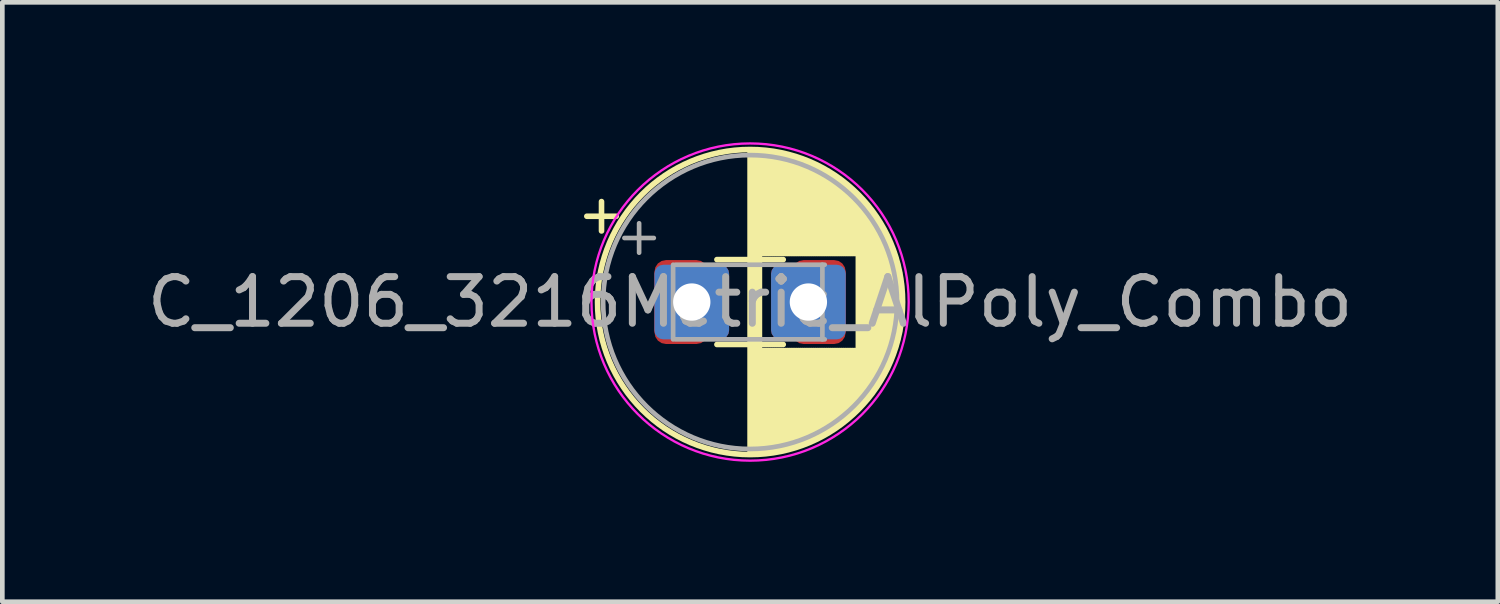
<source format=kicad_pcb>
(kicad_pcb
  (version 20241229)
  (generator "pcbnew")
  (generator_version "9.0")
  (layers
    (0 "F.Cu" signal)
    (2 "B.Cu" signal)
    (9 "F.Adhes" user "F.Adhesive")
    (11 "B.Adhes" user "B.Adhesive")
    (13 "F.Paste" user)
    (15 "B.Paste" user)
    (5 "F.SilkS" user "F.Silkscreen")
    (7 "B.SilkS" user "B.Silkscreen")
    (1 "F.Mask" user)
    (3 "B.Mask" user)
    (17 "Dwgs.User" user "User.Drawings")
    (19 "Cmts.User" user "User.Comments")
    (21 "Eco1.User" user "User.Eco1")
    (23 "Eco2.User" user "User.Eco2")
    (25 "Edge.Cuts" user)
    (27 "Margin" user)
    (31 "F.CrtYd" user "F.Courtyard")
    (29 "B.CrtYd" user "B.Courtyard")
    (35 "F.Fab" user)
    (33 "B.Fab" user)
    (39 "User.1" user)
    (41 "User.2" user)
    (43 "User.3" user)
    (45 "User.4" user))
  (footprint "C_1206_3216Metric_AlPoly_Combo"
    (layer "F.Cu")
    (at 13.03 3.425)
    (property "Reference" "C_1206_3216Metric_AlPoly_Combo" (at 0 0 0) (layer "F.Fab") (effects (font (size 1 1) (thickness 0.15))))
    (attr smd)
    (fp_line (start -3.5 -1.839) (end -2.87 -1.839) (stroke (width 0.12) (type solid)) (layer "F.SilkS"))
    (fp_line (start -3.185 -2.154) (end -3.185 -1.524) (stroke (width 0.12) (type solid)) (layer "F.SilkS"))
    (fp_line (start -0.711 -0.91) (end 0.711 -0.91) (stroke (width 0.12) (type solid)) (layer "F.SilkS"))
    (fp_line (start -0.711 0.91) (end 0.711 0.91) (stroke (width 0.12) (type solid)) (layer "F.SilkS"))
    (fp_line (start 0 -3.23) (end 0 3.23) (stroke (width 0.12) (type solid)) (layer "F.SilkS"))
    (fp_line (start 0.04 -3.23) (end 0.04 3.23) (stroke (width 0.12) (type solid)) (layer "F.SilkS"))
    (fp_line (start 0.08 -3.23) (end 0.08 3.23) (stroke (width 0.12) (type solid)) (layer "F.SilkS"))
    (fp_line (start 0.12 -3.228) (end 0.12 3.228) (stroke (width 0.12) (type solid)) (layer "F.SilkS"))
    (fp_line (start 0.16 -3.227) (end 0.16 3.227) (stroke (width 0.12) (type solid)) (layer "F.SilkS"))
    (fp_line (start 0.2 -3.224) (end 0.2 3.224) (stroke (width 0.12) (type solid)) (layer "F.SilkS"))
    (fp_line (start 0.24 -3.222) (end 0.24 -1.04) (stroke (width 0.12) (type solid)) (layer "F.SilkS"))
    (fp_line (start 0.24 1.04) (end 0.24 3.222) (stroke (width 0.12) (type solid)) (layer "F.SilkS"))
    (fp_line (start 0.28 -3.218) (end 0.28 -1.04) (stroke (width 0.12) (type solid)) (layer "F.SilkS"))
    (fp_line (start 0.28 1.04) (end 0.28 3.218) (stroke (width 0.12) (type solid)) (layer "F.SilkS"))
    (fp_line (start 0.32 -3.215) (end 0.32 -1.04) (stroke (width 0.12) (type solid)) (layer "F.SilkS"))
    (fp_line (start 0.32 1.04) (end 0.32 3.215) (stroke (width 0.12) (type solid)) (layer "F.SilkS"))
    (fp_line (start 0.36 -3.211) (end 0.36 -1.04) (stroke (width 0.12) (type solid)) (layer "F.SilkS"))
    (fp_line (start 0.36 1.04) (end 0.36 3.211) (stroke (width 0.12) (type solid)) (layer "F.SilkS"))
    (fp_line (start 0.4 -3.206) (end 0.4 -1.04) (stroke (width 0.12) (type solid)) (layer "F.SilkS"))
    (fp_line (start 0.4 1.04) (end 0.4 3.206) (stroke (width 0.12) (type solid)) (layer "F.SilkS"))
    (fp_line (start 0.44 -3.201) (end 0.44 -1.04) (stroke (width 0.12) (type solid)) (layer "F.SilkS"))
    (fp_line (start 0.44 1.04) (end 0.44 3.201) (stroke (width 0.12) (type solid)) (layer "F.SilkS"))
    (fp_line (start 0.48 -3.195) (end 0.48 -1.04) (stroke (width 0.12) (type solid)) (layer "F.SilkS"))
    (fp_line (start 0.48 1.04) (end 0.48 3.195) (stroke (width 0.12) (type solid)) (layer "F.SilkS"))
    (fp_line (start 0.52 -3.189) (end 0.52 -1.04) (stroke (width 0.12) (type solid)) (layer "F.SilkS"))
    (fp_line (start 0.52 1.04) (end 0.52 3.189) (stroke (width 0.12) (type solid)) (layer "F.SilkS"))
    (fp_line (start 0.56 -3.182) (end 0.56 -1.04) (stroke (width 0.12) (type solid)) (layer "F.SilkS"))
    (fp_line (start 0.56 1.04) (end 0.56 3.182) (stroke (width 0.12) (type solid)) (layer "F.SilkS"))
    (fp_line (start 0.6 -3.175) (end 0.6 -1.04) (stroke (width 0.12) (type solid)) (layer "F.SilkS"))
    (fp_line (start 0.6 1.04) (end 0.6 3.175) (stroke (width 0.12) (type solid)) (layer "F.SilkS"))
    (fp_line (start 0.64 -3.167) (end 0.64 -1.04) (stroke (width 0.12) (type solid)) (layer "F.SilkS"))
    (fp_line (start 0.64 1.04) (end 0.64 3.167) (stroke (width 0.12) (type solid)) (layer "F.SilkS"))
    (fp_line (start 0.68 -3.159) (end 0.68 -1.04) (stroke (width 0.12) (type solid)) (layer "F.SilkS"))
    (fp_line (start 0.68 1.04) (end 0.68 3.159) (stroke (width 0.12) (type solid)) (layer "F.SilkS"))
    (fp_line (start 0.721 -3.15) (end 0.721 -1.04) (stroke (width 0.12) (type solid)) (layer "F.SilkS"))
    (fp_line (start 0.721 1.04) (end 0.721 3.15) (stroke (width 0.12) (type solid)) (layer "F.SilkS"))
    (fp_line (start 0.761 -3.141) (end 0.761 -1.04) (stroke (width 0.12) (type solid)) (layer "F.SilkS"))
    (fp_line (start 0.761 1.04) (end 0.761 3.141) (stroke (width 0.12) (type solid)) (layer "F.SilkS"))
    (fp_line (start 0.801 -3.131) (end 0.801 -1.04) (stroke (width 0.12) (type solid)) (layer "F.SilkS"))
    (fp_line (start 0.801 1.04) (end 0.801 3.131) (stroke (width 0.12) (type solid)) (layer "F.SilkS"))
    (fp_line (start 0.841 -3.121) (end 0.841 -1.04) (stroke (width 0.12) (type solid)) (layer "F.SilkS"))
    (fp_line (start 0.841 1.04) (end 0.841 3.121) (stroke (width 0.12) (type solid)) (layer "F.SilkS"))
    (fp_line (start 0.881 -3.11) (end 0.881 -1.04) (stroke (width 0.12) (type solid)) (layer "F.SilkS"))
    (fp_line (start 0.881 1.04) (end 0.881 3.11) (stroke (width 0.12) (type solid)) (layer "F.SilkS"))
    (fp_line (start 0.921 -3.098) (end 0.921 -1.04) (stroke (width 0.12) (type solid)) (layer "F.SilkS"))
    (fp_line (start 0.921 1.04) (end 0.921 3.098) (stroke (width 0.12) (type solid)) (layer "F.SilkS"))
    (fp_line (start 0.961 -3.086) (end 0.961 -1.04) (stroke (width 0.12) (type solid)) (layer "F.SilkS"))
    (fp_line (start 0.961 1.04) (end 0.961 3.086) (stroke (width 0.12) (type solid)) (layer "F.SilkS"))
    (fp_line (start 1.001 -3.074) (end 1.001 -1.04) (stroke (width 0.12) (type solid)) (layer "F.SilkS"))
    (fp_line (start 1.001 1.04) (end 1.001 3.074) (stroke (width 0.12) (type solid)) (layer "F.SilkS"))
    (fp_line (start 1.041 -3.061) (end 1.041 -1.04) (stroke (width 0.12) (type solid)) (layer "F.SilkS"))
    (fp_line (start 1.041 1.04) (end 1.041 3.061) (stroke (width 0.12) (type solid)) (layer "F.SilkS"))
    (fp_line (start 1.081 -3.047) (end 1.081 -1.04) (stroke (width 0.12) (type solid)) (layer "F.SilkS"))
    (fp_line (start 1.081 1.04) (end 1.081 3.047) (stroke (width 0.12) (type solid)) (layer "F.SilkS"))
    (fp_line (start 1.121 -3.033) (end 1.121 -1.04) (stroke (width 0.12) (type solid)) (layer "F.SilkS"))
    (fp_line (start 1.121 1.04) (end 1.121 3.033) (stroke (width 0.12) (type solid)) (layer "F.SilkS"))
    (fp_line (start 1.161 -3.018) (end 1.161 -1.04) (stroke (width 0.12) (type solid)) (layer "F.SilkS"))
    (fp_line (start 1.161 1.04) (end 1.161 3.018) (stroke (width 0.12) (type solid)) (layer "F.SilkS"))
    (fp_line (start 1.201 -3.002) (end 1.201 -1.04) (stroke (width 0.12) (type solid)) (layer "F.SilkS"))
    (fp_line (start 1.201 1.04) (end 1.201 3.002) (stroke (width 0.12) (type solid)) (layer "F.SilkS"))
    (fp_line (start 1.241 -2.986) (end 1.241 -1.04) (stroke (width 0.12) (type solid)) (layer "F.SilkS"))
    (fp_line (start 1.241 1.04) (end 1.241 2.986) (stroke (width 0.12) (type solid)) (layer "F.SilkS"))
    (fp_line (start 1.281 -2.97) (end 1.281 -1.04) (stroke (width 0.12) (type solid)) (layer "F.SilkS"))
    (fp_line (start 1.281 1.04) (end 1.281 2.97) (stroke (width 0.12) (type solid)) (layer "F.SilkS"))
    (fp_line (start 1.321 -2.952) (end 1.321 -1.04) (stroke (width 0.12) (type solid)) (layer "F.SilkS"))
    (fp_line (start 1.321 1.04) (end 1.321 2.952) (stroke (width 0.12) (type solid)) (layer "F.SilkS"))
    (fp_line (start 1.361 -2.934) (end 1.361 -1.04) (stroke (width 0.12) (type solid)) (layer "F.SilkS"))
    (fp_line (start 1.361 1.04) (end 1.361 2.934) (stroke (width 0.12) (type solid)) (layer "F.SilkS"))
    (fp_line (start 1.401 -2.916) (end 1.401 -1.04) (stroke (width 0.12) (type solid)) (layer "F.SilkS"))
    (fp_line (start 1.401 1.04) (end 1.401 2.916) (stroke (width 0.12) (type solid)) (layer "F.SilkS"))
    (fp_line (start 1.441 -2.896) (end 1.441 -1.04) (stroke (width 0.12) (type solid)) (layer "F.SilkS"))
    (fp_line (start 1.441 1.04) (end 1.441 2.896) (stroke (width 0.12) (type solid)) (layer "F.SilkS"))
    (fp_line (start 1.481 -2.876) (end 1.481 -1.04) (stroke (width 0.12) (type solid)) (layer "F.SilkS"))
    (fp_line (start 1.481 1.04) (end 1.481 2.876) (stroke (width 0.12) (type solid)) (layer "F.SilkS"))
    (fp_line (start 1.521 -2.856) (end 1.521 -1.04) (stroke (width 0.12) (type solid)) (layer "F.SilkS"))
    (fp_line (start 1.521 1.04) (end 1.521 2.856) (stroke (width 0.12) (type solid)) (layer "F.SilkS"))
    (fp_line (start 1.561 -2.834) (end 1.561 -1.04) (stroke (width 0.12) (type solid)) (layer "F.SilkS"))
    (fp_line (start 1.561 1.04) (end 1.561 2.834) (stroke (width 0.12) (type solid)) (layer "F.SilkS"))
    (fp_line (start 1.601 -2.812) (end 1.601 -1.04) (stroke (width 0.12) (type solid)) (layer "F.SilkS"))
    (fp_line (start 1.601 1.04) (end 1.601 2.812) (stroke (width 0.12) (type solid)) (layer "F.SilkS"))
    (fp_line (start 1.641 -2.79) (end 1.641 -1.04) (stroke (width 0.12) (type solid)) (layer "F.SilkS"))
    (fp_line (start 1.641 1.04) (end 1.641 2.79) (stroke (width 0.12) (type solid)) (layer "F.SilkS"))
    (fp_line (start 1.681 -2.766) (end 1.681 -1.04) (stroke (width 0.12) (type solid)) (layer "F.SilkS"))
    (fp_line (start 1.681 1.04) (end 1.681 2.766) (stroke (width 0.12) (type solid)) (layer "F.SilkS"))
    (fp_line (start 1.721 -2.742) (end 1.721 -1.04) (stroke (width 0.12) (type solid)) (layer "F.SilkS"))
    (fp_line (start 1.721 1.04) (end 1.721 2.742) (stroke (width 0.12) (type solid)) (layer "F.SilkS"))
    (fp_line (start 1.761 -2.716) (end 1.761 -1.04) (stroke (width 0.12) (type solid)) (layer "F.SilkS"))
    (fp_line (start 1.761 1.04) (end 1.761 2.716) (stroke (width 0.12) (type solid)) (layer "F.SilkS"))
    (fp_line (start 1.801 -2.69) (end 1.801 -1.04) (stroke (width 0.12) (type solid)) (layer "F.SilkS"))
    (fp_line (start 1.801 1.04) (end 1.801 2.69) (stroke (width 0.12) (type solid)) (layer "F.SilkS"))
    (fp_line (start 1.841 -2.664) (end 1.841 -1.04) (stroke (width 0.12) (type solid)) (layer "F.SilkS"))
    (fp_line (start 1.841 1.04) (end 1.841 2.664) (stroke (width 0.12) (type solid)) (layer "F.SilkS"))
    (fp_line (start 1.881 -2.636) (end 1.881 -1.04) (stroke (width 0.12) (type solid)) (layer "F.SilkS"))
    (fp_line (start 1.881 1.04) (end 1.881 2.636) (stroke (width 0.12) (type solid)) (layer "F.SilkS"))
    (fp_line (start 1.921 -2.607) (end 1.921 -1.04) (stroke (width 0.12) (type solid)) (layer "F.SilkS"))
    (fp_line (start 1.921 1.04) (end 1.921 2.607) (stroke (width 0.12) (type solid)) (layer "F.SilkS"))
    (fp_line (start 1.961 -2.578) (end 1.961 -1.04) (stroke (width 0.12) (type solid)) (layer "F.SilkS"))
    (fp_line (start 1.961 1.04) (end 1.961 2.578) (stroke (width 0.12) (type solid)) (layer "F.SilkS"))
    (fp_line (start 2.001 -2.548) (end 2.001 -1.04) (stroke (width 0.12) (type solid)) (layer "F.SilkS"))
    (fp_line (start 2.001 1.04) (end 2.001 2.548) (stroke (width 0.12) (type solid)) (layer "F.SilkS"))
    (fp_line (start 2.041 -2.516) (end 2.041 -1.04) (stroke (width 0.12) (type solid)) (layer "F.SilkS"))
    (fp_line (start 2.041 1.04) (end 2.041 2.516) (stroke (width 0.12) (type solid)) (layer "F.SilkS"))
    (fp_line (start 2.081 -2.484) (end 2.081 -1.04) (stroke (width 0.12) (type solid)) (layer "F.SilkS"))
    (fp_line (start 2.081 1.04) (end 2.081 2.484) (stroke (width 0.12) (type solid)) (layer "F.SilkS"))
    (fp_line (start 2.121 -2.45) (end 2.121 -1.04) (stroke (width 0.12) (type solid)) (layer "F.SilkS"))
    (fp_line (start 2.121 1.04) (end 2.121 2.45) (stroke (width 0.12) (type solid)) (layer "F.SilkS"))
    (fp_line (start 2.161 -2.416) (end 2.161 -1.04) (stroke (width 0.12) (type solid)) (layer "F.SilkS"))
    (fp_line (start 2.161 1.04) (end 2.161 2.416) (stroke (width 0.12) (type solid)) (layer "F.SilkS"))
    (fp_line (start 2.201 -2.38) (end 2.201 -1.04) (stroke (width 0.12) (type solid)) (layer "F.SilkS"))
    (fp_line (start 2.201 1.04) (end 2.201 2.38) (stroke (width 0.12) (type solid)) (layer "F.SilkS"))
    (fp_line (start 2.241 -2.343) (end 2.241 -1.04) (stroke (width 0.12) (type solid)) (layer "F.SilkS"))
    (fp_line (start 2.241 1.04) (end 2.241 2.343) (stroke (width 0.12) (type solid)) (layer "F.SilkS"))
    (fp_line (start 2.281 -2.305) (end 2.281 -1.04) (stroke (width 0.12) (type solid)) (layer "F.SilkS"))
    (fp_line (start 2.281 1.04) (end 2.281 2.305) (stroke (width 0.12) (type solid)) (layer "F.SilkS"))
    (fp_line (start 2.321 -2.265) (end 2.321 2.265) (stroke (width 0.12) (type solid)) (layer "F.SilkS"))
    (fp_line (start 2.361 -2.224) (end 2.361 2.224) (stroke (width 0.12) (type solid)) (layer "F.SilkS"))
    (fp_line (start 2.401 -2.182) (end 2.401 2.182) (stroke (width 0.12) (type solid)) (layer "F.SilkS"))
    (fp_line (start 2.441 -2.137) (end 2.441 2.137) (stroke (width 0.12) (type solid)) (layer "F.SilkS"))
    (fp_line (start 2.481 -2.092) (end 2.481 2.092) (stroke (width 0.12) (type solid)) (layer "F.SilkS"))
    (fp_line (start 2.521 -2.044) (end 2.521 2.044) (stroke (width 0.12) (type solid)) (layer "F.SilkS"))
    (fp_line (start 2.561 -1.995) (end 2.561 1.995) (stroke (width 0.12) (type solid)) (layer "F.SilkS"))
    (fp_line (start 2.601 -1.944) (end 2.601 1.944) (stroke (width 0.12) (type solid)) (layer "F.SilkS"))
    (fp_line (start 2.641 -1.89) (end 2.641 1.89) (stroke (width 0.12) (type solid)) (layer "F.SilkS"))
    (fp_line (start 2.681 -1.834) (end 2.681 1.834) (stroke (width 0.12) (type solid)) (layer "F.SilkS"))
    (fp_line (start 2.721 -1.776) (end 2.721 1.776) (stroke (width 0.12) (type solid)) (layer "F.SilkS"))
    (fp_line (start 2.761 -1.714) (end 2.761 1.714) (stroke (width 0.12) (type solid)) (layer "F.SilkS"))
    (fp_line (start 2.801 -1.65) (end 2.801 1.65) (stroke (width 0.12) (type solid)) (layer "F.SilkS"))
    (fp_line (start 2.841 -1.581) (end 2.841 1.581) (stroke (width 0.12) (type solid)) (layer "F.SilkS"))
    (fp_line (start 2.881 -1.509) (end 2.881 1.509) (stroke (width 0.12) (type solid)) (layer "F.SilkS"))
    (fp_line (start 2.921 -1.432) (end 2.921 1.432) (stroke (width 0.12) (type solid)) (layer "F.SilkS"))
    (fp_line (start 2.961 -1.35) (end 2.961 1.35) (stroke (width 0.12) (type solid)) (layer "F.SilkS"))
    (fp_line (start 3.001 -1.262) (end 3.001 1.262) (stroke (width 0.12) (type solid)) (layer "F.SilkS"))
    (fp_line (start 3.041 -1.165) (end 3.041 1.165) (stroke (width 0.12) (type solid)) (layer "F.SilkS"))
    (fp_line (start 3.081 -1.059) (end 3.081 1.059) (stroke (width 0.12) (type solid)) (layer "F.SilkS"))
    (fp_line (start 3.121 -0.94) (end 3.121 0.94) (stroke (width 0.12) (type solid)) (layer "F.SilkS"))
    (fp_line (start 3.161 -0.802) (end 3.161 0.802) (stroke (width 0.12) (type solid)) (layer "F.SilkS"))
    (fp_line (start 3.201 -0.633) (end 3.201 0.633) (stroke (width 0.12) (type solid)) (layer "F.SilkS"))
    (fp_line (start 3.241 -0.402) (end 3.241 0.402) (stroke (width 0.12) (type solid)) (layer "F.SilkS"))
    (fp_circle (center 0 0) (end 3.27 0) (stroke (width 0.12) (type solid)) (fill no) (layer "F.SilkS"))
    (fp_circle (center 0 0) (end 3.4 0) (stroke (width 0.05) (type solid)) (fill no) (layer "F.CrtYd"))
    (fp_line (start -2.694 -1.373) (end -2.064 -1.373) (stroke (width 0.1) (type solid)) (layer "F.Fab"))
    (fp_line (start -2.379 -1.688) (end -2.379 -1.058) (stroke (width 0.1) (type solid)) (layer "F.Fab"))
    (fp_line (start -1.65 0.8) (end -1.65 -0.8) (stroke (width 0.1) (type solid)) (layer "F.Fab"))
    (fp_line (start -1.6 -0.8) (end 1.6 -0.8) (stroke (width 0.1) (type solid)) (layer "F.Fab"))
    (fp_line (start 1.55 -0.8) (end 1.55 0.8) (stroke (width 0.1) (type solid)) (layer "F.Fab"))
    (fp_line (start 1.6 0.8) (end -1.6 0.8) (stroke (width 0.1) (type solid)) (layer "F.Fab"))
    (fp_circle (center 0 0) (end 3.15 0) (stroke (width 0.1) (type solid)) (fill no) (layer "F.Fab"))
    (pad "1" smd roundrect (at -1.475 0) (size 1.15 1.8) (layers "F.Cu" "F.Mask" "F.Paste") (roundrect_rratio 0.217))
    (pad "1" thru_hole roundrect (at -1.25 0) (size 1.6 1.6) (drill 0.8) (layers "*.Cu" "*.Mask") (roundrect_rratio 0.12))
    (pad "2" thru_hole roundrect (at 1.25 0) (size 1.6 1.6) (drill 0.8) (layers "*.Cu" "*.Mask") (roundrect_rratio 0.12))
    (pad "2" smd roundrect (at 1.475 0) (size 1.15 1.8) (layers "F.Cu" "F.Mask" "F.Paste") (roundrect_rratio 0.217)))
  (gr_rect
    (start -3 -3)
    (end 29.06 9.85)
    (stroke (width 0.1) (type default))
    (fill no)
    (layer "Edge.Cuts")))
</source>
